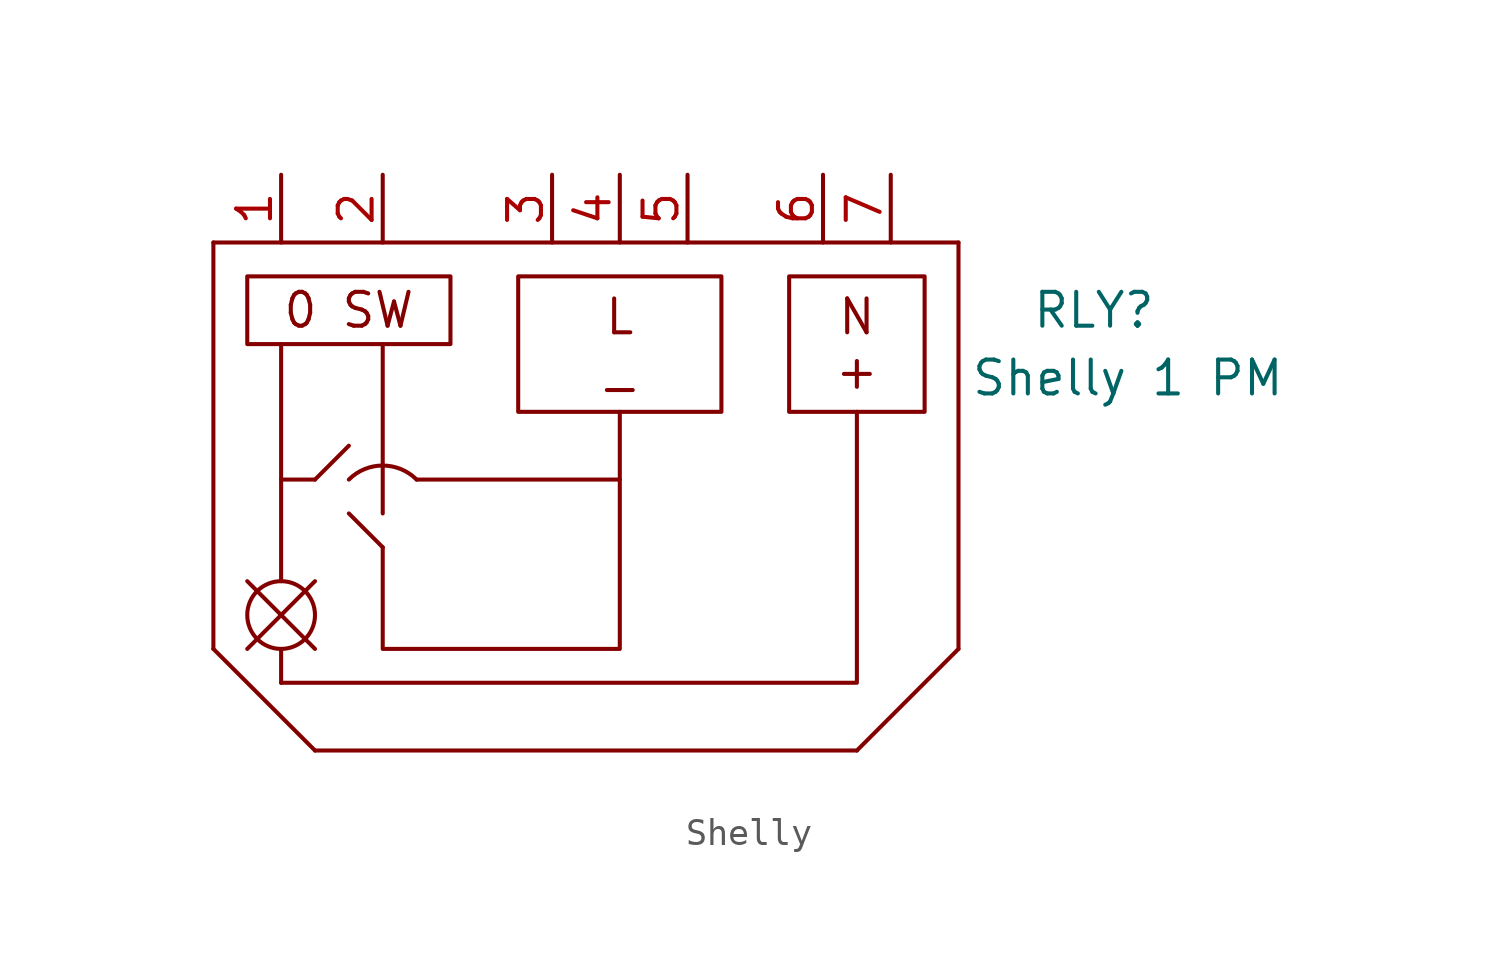
<source format=kicad_sym>
(kicad_symbol_lib
  (version 20220914)
  (generator kicad_symbol_editor)
  (symbol "Shelly"
    (property "Reference" "RLY"
      (at 19.05 5.08 0)
      (effects (font (size 1.27 1.27))))
    (property "Value" "Shelly 1 PM"
      (at 20.32 2.54 0)
      (effects (font (size 1.27 1.27))))
    (symbol "Shelly_1_1"
      (circle (center -11.43 -6.35) (radius 1.27) (stroke (width 0) (type default)) (fill (type none)))
      (arc (start -6.35 -1.27) (mid -7.62 -0.744) (end -8.89 -1.27) (stroke (width 0) (type default)) (fill (type none)))
      (polyline (pts (xy -13.97 7.62) (xy -13.97 -7.62)) (stroke (width 0) (type default)) (fill (type none)))
      (polyline (pts (xy -13.97 7.62) (xy 13.97 7.62)) (stroke (width 0) (type default)) (fill (type none)))
      (polyline (pts (xy -12.7 -7.62) (xy -10.16 -5.08)) (stroke (width 0) (type default)) (fill (type none)))
      (polyline (pts (xy -12.7 -5.08) (xy -10.16 -7.62)) (stroke (width 0) (type default)) (fill (type none)))
      (polyline (pts (xy -11.43 -8.89) (xy -11.43 -7.62)) (stroke (width 0) (type default)) (fill (type none)))
      (polyline (pts (xy -11.43 3.81) (xy -11.43 -5.08)) (stroke (width 0) (type default)) (fill (type none)))
      (polyline (pts (xy -10.16 -11.43) (xy -13.97 -7.62)) (stroke (width 0) (type default)) (fill (type none)))
      (polyline (pts (xy -10.16 -11.43) (xy 10.16 -11.43)) (stroke (width 0) (type default)) (fill (type none)))
      (polyline (pts (xy -10.16 -1.27) (xy -11.43 -1.27)) (stroke (width 0) (type default)) (fill (type none)))
      (polyline (pts (xy -10.16 -1.27) (xy -8.89 0)) (stroke (width 0) (type default)) (fill (type none)))
      (polyline (pts (xy -8.89 -2.54) (xy -7.62 -3.81)) (stroke (width 0) (type default)) (fill (type none)))
      (polyline (pts (xy -7.62 -2.54) (xy -7.62 3.81)) (stroke (width 0) (type default)) (fill (type none)))
      (polyline (pts (xy -6.35 -1.27) (xy 1.27 -1.27)) (stroke (width 0) (type default)) (fill (type none)))
      (polyline (pts (xy 10.16 -11.43) (xy 13.97 -7.62)) (stroke (width 0) (type default)) (fill (type none)))
      (polyline (pts (xy 13.97 7.62) (xy 13.97 -7.62)) (stroke (width 0) (type default)) (fill (type none)))
      (polyline (pts (xy -7.62 -3.81) (xy -7.62 -7.62) (xy 1.27 -7.62) (xy 1.27 1.27)) (stroke (width 0) (type default)) (fill (type none)))
      (polyline (pts (xy 10.16 1.27) (xy 10.16 -5.08) (xy 10.16 -8.89) (xy -11.43 -8.89)) (stroke (width 0) (type default)) (fill (type none)))
      (text_box "0 SW" (at -12.7 6.35 0) (size 7.62 -2.54) (stroke (width 0) (type default)) (fill (type none)) (effects (font (size 1.27 1.27))))
      (text_box "L\n_" (at -2.54 6.35 0) (size 7.62 -5.08) (stroke (width 0) (type default)) (fill (type none)) (effects (font (size 1.27 1.27))))
      (text_box "N +" (at 7.62 6.35 0) (size 5.08 -5.08) (stroke (width 0) (type default)) (fill (type none)) (effects (font (size 1.27 1.27))))
      (pin passive line (at -11.43 10.16 270) (length 2.54) (name "~" (effects (font (size 1.27 1.27)))) (number "1" (effects (font (size 1.27 1.27)))))
      (pin passive line (at -7.62 10.16 270) (length 2.54) (name "~" (effects (font (size 1.27 1.27)))) (number "2" (effects (font (size 1.27 1.27)))))
      (pin passive line (at -1.27 10.16 270) (length 2.54) (name "~" (effects (font (size 1.27 1.27)))) (number "3" (effects (font (size 1.27 1.27)))))
      (pin passive line (at 1.27 10.16 270) (length 2.54) (name "~" (effects (font (size 1.27 1.27)))) (number "4" (effects (font (size 1.27 1.27)))))
      (pin passive line (at 3.81 10.16 270) (length 2.54) (name "~" (effects (font (size 1.27 1.27)))) (number "5" (effects (font (size 1.27 1.27)))))
      (pin passive line (at 8.89 10.16 270) (length 2.54) (name "~" (effects (font (size 1.27 1.27)))) (number "6" (effects (font (size 1.27 1.27)))))
      (pin passive line (at 11.43 10.16 270) (length 2.54) (name "~" (effects (font (size 1.27 1.27)))) (number "7" (effects (font (size 1.27 1.27))))))))
</source>
